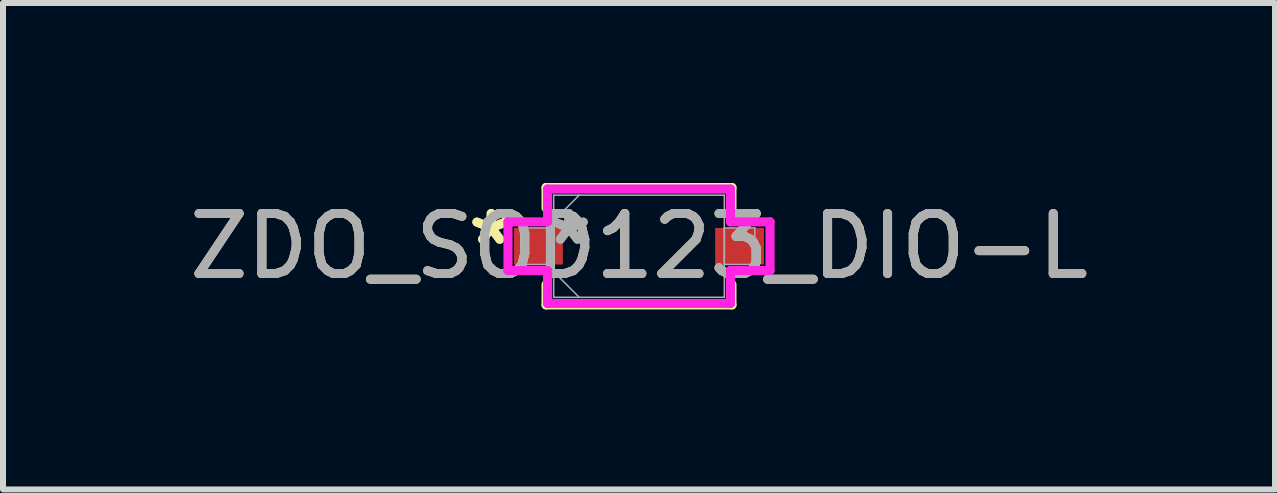
<source format=kicad_pcb>
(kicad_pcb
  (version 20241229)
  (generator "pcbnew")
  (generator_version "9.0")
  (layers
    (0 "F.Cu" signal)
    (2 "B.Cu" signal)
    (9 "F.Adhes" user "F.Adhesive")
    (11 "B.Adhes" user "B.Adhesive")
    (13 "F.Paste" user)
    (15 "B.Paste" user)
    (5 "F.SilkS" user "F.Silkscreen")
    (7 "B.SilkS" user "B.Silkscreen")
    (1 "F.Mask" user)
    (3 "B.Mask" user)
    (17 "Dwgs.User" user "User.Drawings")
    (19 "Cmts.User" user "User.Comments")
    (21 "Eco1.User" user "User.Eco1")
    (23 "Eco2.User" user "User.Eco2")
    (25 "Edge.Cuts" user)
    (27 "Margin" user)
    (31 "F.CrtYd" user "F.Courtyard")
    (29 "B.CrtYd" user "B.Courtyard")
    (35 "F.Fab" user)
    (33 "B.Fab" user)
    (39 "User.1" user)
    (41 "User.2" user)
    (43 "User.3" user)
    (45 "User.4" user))
  (footprint "ZDO_SOD123_DIO-L"
    (layer "F.Cu")
    (at 7.601 1.054)
    (property "Reference" "ZDO_SOD123_DIO-L" (at 0 0 0) (unlocked yes) (layer "F.SilkS") (effects (font (size 1 1) (thickness 0.15))))
    (attr smd)
    (fp_line (start -1.549 -0.978) (end -1.549 -0.638) (stroke (width 0.152) (type solid)) (layer "F.SilkS"))
    (fp_line (start -1.549 0.638) (end -1.549 0.978) (stroke (width 0.152) (type solid)) (layer "F.SilkS"))
    (fp_line (start -1.549 0.978) (end 1.549 0.978) (stroke (width 0.152) (type solid)) (layer "F.SilkS"))
    (fp_line (start 1.549 -0.978) (end -1.549 -0.978) (stroke (width 0.152) (type solid)) (layer "F.SilkS"))
    (fp_line (start 1.549 -0.638) (end 1.549 -0.978) (stroke (width 0.152) (type solid)) (layer "F.SilkS"))
    (fp_line (start 1.549 0.978) (end 1.549 0.638) (stroke (width 0.152) (type solid)) (layer "F.SilkS"))
    (fp_line (start -2.184 -0.406) (end -1.524 -0.406) (stroke (width 0.152) (type solid)) (layer "F.CrtYd"))
    (fp_line (start -2.184 0.406) (end -2.184 -0.406) (stroke (width 0.152) (type solid)) (layer "F.CrtYd"))
    (fp_line (start -1.524 -0.953) (end 1.524 -0.953) (stroke (width 0.152) (type solid)) (layer "F.CrtYd"))
    (fp_line (start -1.524 -0.406) (end -1.524 -0.953) (stroke (width 0.152) (type solid)) (layer "F.CrtYd"))
    (fp_line (start -1.524 0.406) (end -2.184 0.406) (stroke (width 0.152) (type solid)) (layer "F.CrtYd"))
    (fp_line (start -1.524 0.953) (end -1.524 0.406) (stroke (width 0.152) (type solid)) (layer "F.CrtYd"))
    (fp_line (start 1.524 -0.953) (end 1.524 -0.406) (stroke (width 0.152) (type solid)) (layer "F.CrtYd"))
    (fp_line (start 1.524 -0.406) (end 2.184 -0.406) (stroke (width 0.152) (type solid)) (layer "F.CrtYd"))
    (fp_line (start 1.524 0.406) (end 1.524 0.953) (stroke (width 0.152) (type solid)) (layer "F.CrtYd"))
    (fp_line (start 1.524 0.953) (end -1.524 0.953) (stroke (width 0.152) (type solid)) (layer "F.CrtYd"))
    (fp_line (start 2.184 -0.406) (end 2.184 0.406) (stroke (width 0.152) (type solid)) (layer "F.CrtYd"))
    (fp_line (start 2.184 0.406) (end 1.524 0.406) (stroke (width 0.152) (type solid)) (layer "F.CrtYd"))
    (fp_line (start -1.93 -0.305) (end -1.93 0.305) (stroke (width 0.025) (type solid)) (layer "F.Fab"))
    (fp_line (start -1.93 0.305) (end -1.422 0.305) (stroke (width 0.025) (type solid)) (layer "F.Fab"))
    (fp_line (start -1.422 -0.851) (end -1.422 0.851) (stroke (width 0.025) (type solid)) (layer "F.Fab"))
    (fp_line (start -1.422 -0.425) (end -0.997 -0.851) (stroke (width 0.025) (type solid)) (layer "F.Fab"))
    (fp_line (start -1.422 -0.305) (end -1.93 -0.305) (stroke (width 0.025) (type solid)) (layer "F.Fab"))
    (fp_line (start -1.422 0.305) (end -1.422 -0.305) (stroke (width 0.025) (type solid)) (layer "F.Fab"))
    (fp_line (start -1.422 0.425) (end -0.997 0.851) (stroke (width 0.025) (type solid)) (layer "F.Fab"))
    (fp_line (start -1.422 0.851) (end 1.422 0.851) (stroke (width 0.025) (type solid)) (layer "F.Fab"))
    (fp_line (start 1.422 -0.851) (end -1.422 -0.851) (stroke (width 0.025) (type solid)) (layer "F.Fab"))
    (fp_line (start 1.422 -0.305) (end 1.422 0.305) (stroke (width 0.025) (type solid)) (layer "F.Fab"))
    (fp_line (start 1.422 0.305) (end 1.93 0.305) (stroke (width 0.025) (type solid)) (layer "F.Fab"))
    (fp_line (start 1.422 0.851) (end 1.422 -0.851) (stroke (width 0.025) (type solid)) (layer "F.Fab"))
    (fp_line (start 1.93 -0.305) (end 1.422 -0.305) (stroke (width 0.025) (type solid)) (layer "F.Fab"))
    (fp_line (start 1.93 0.305) (end 1.93 -0.305) (stroke (width 0.025) (type solid)) (layer "F.Fab"))
    (fp_text user "*" (at -2.464 0 0) (unlocked yes) (layer "F.SilkS") (effects (font (size 1 1) (thickness 0.15))))
    (fp_text user "*" (at -2.464 0 0) (layer "F.SilkS") (effects (font (size 1 1) (thickness 0.15))))
    (fp_text user "*" (at -1.168 0 0) (unlocked yes) (layer "F.Fab") (effects (font (size 1 1) (thickness 0.15))))
    (fp_text user "${REFERENCE}" (at 0 0 0) (unlocked yes) (layer "F.Fab") (effects (font (size 1 1) (thickness 0.15))))
    (fp_text user "*" (at -1.168 0 0) (layer "F.Fab") (effects (font (size 1 1) (thickness 0.15))))
    (pad "1" smd rect (at -1.676 0) (size 0.813 0.61) (layers "F.Cu" "F.Mask" "F.Paste"))
    (pad "2" smd rect (at 1.676 0) (size 0.813 0.61) (layers "F.Cu" "F.Mask" "F.Paste")))
  (gr_rect
    (start -3 -3)
    (end 18.202 5.108)
    (stroke (width 0.1) (type default))
    (fill no)
    (layer "Edge.Cuts")))
</source>
